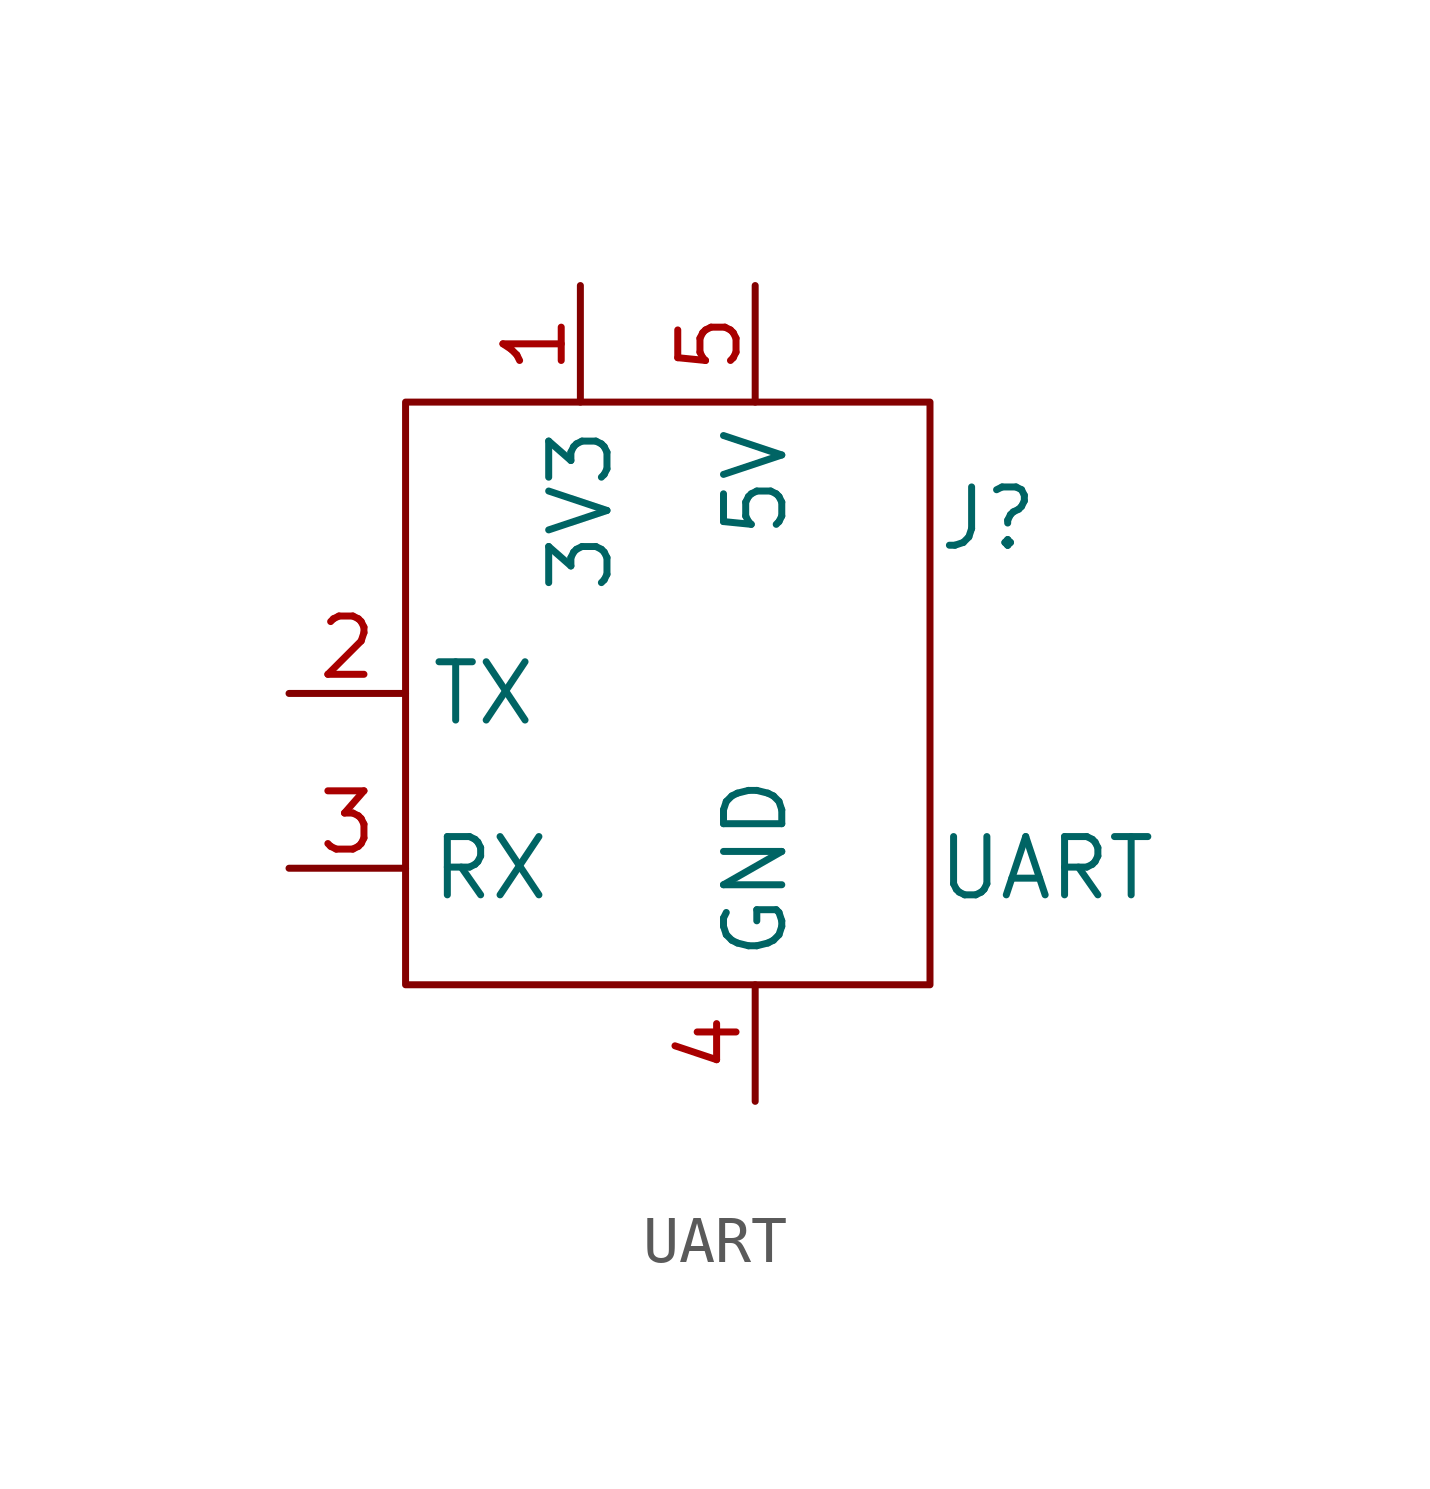
<source format=kicad_sym>
(kicad_symbol_lib
  (version 20211014)
  (generator kicad_symbol_editor)
  (symbol "UART"
    (property "Reference" "J"
      (at 11.43 -3.81 0)
      (effects (font (size 1.27 1.27))))
    (property "Value" "UART"
      (at 12.7 -11.43 0)
      (effects (font (size 1.27 1.27))))
    (symbol "UART_0_1"
      (rectangle (start -1.27 -1.27) (end 10.16 -13.97) (stroke (width 0) (type default) (color 0 0 0 0)) (fill (type none))))
    (symbol "UART_1_1"
      (pin power_out line (at 2.54 1.27 270) (length 2.54) (name "3V3" (effects (font (size 1.27 1.27)))) (number "1" (effects (font (size 1.27 1.27)))))
      (pin output line (at -3.81 -7.62 0) (length 2.54) (name "TX" (effects (font (size 1.27 1.27)))) (number "2" (effects (font (size 1.27 1.27)))))
      (pin input line (at -3.81 -11.43 0) (length 2.54) (name "RX" (effects (font (size 1.27 1.27)))) (number "3" (effects (font (size 1.27 1.27)))))
      (pin power_out line (at 6.35 -16.51 90) (length 2.54) (name "GND" (effects (font (size 1.27 1.27)))) (number "4" (effects (font (size 1.27 1.27)))))
      (pin power_out line (at 6.35 1.27 270) (length 2.54) (name "5V" (effects (font (size 1.27 1.27)))) (number "5" (effects (font (size 1.27 1.27))))))))
</source>
